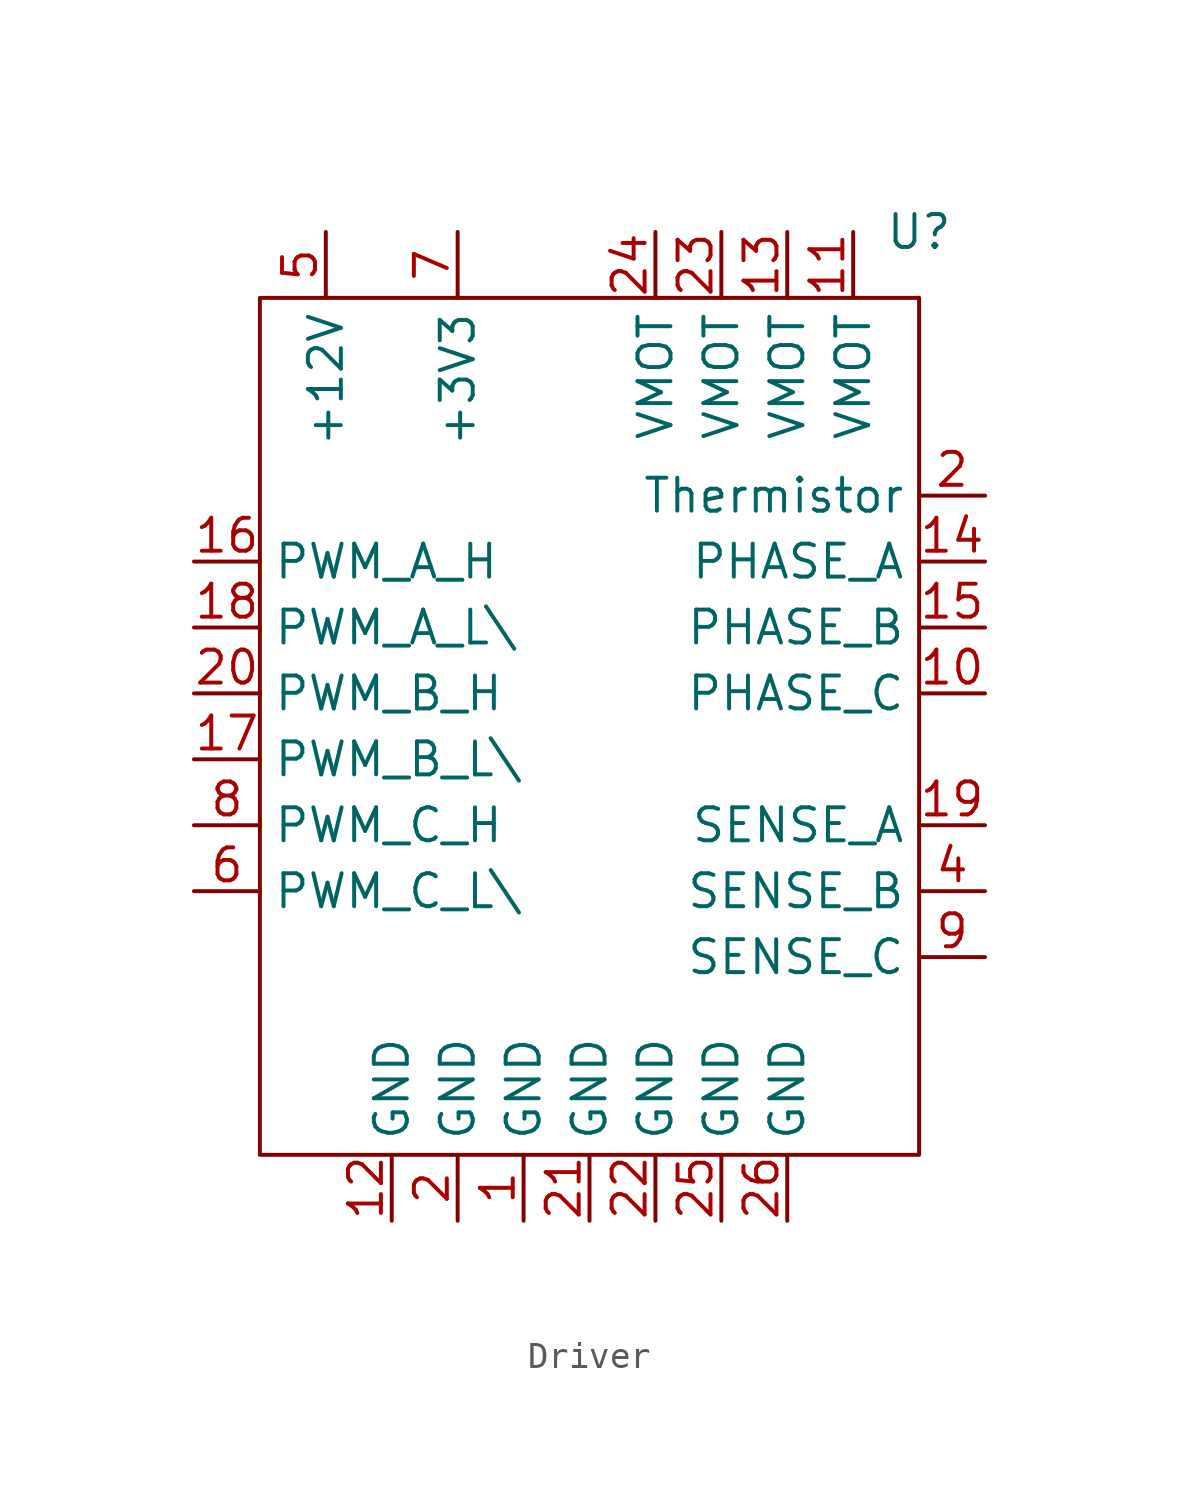
<source format=kicad_sym>
(kicad_symbol_lib
  (version 20220914)
  (generator kicad_symbol_editor)
  (symbol "Driver"
    (property "Reference" "U"
      (at 12.7 17.78 0)
      (effects (font (size 1.27 1.27))))
    (property "Value" ""
      (at 12.7 17.78 0)
      (effects (font (size 1.27 1.27))))
    (symbol "Driver_0_1"
      (rectangle (start -12.7 15.24) (end 12.7 -17.78) (stroke (width 0) (type default)) (fill (type none))))
    (symbol "Driver_1_1"
      (pin power_out line (at -2.54 -20.32 90) (length 2.54) (name "GND" (effects (font (size 1.27 1.27)))) (number "1" (effects (font (size 1.27 1.27)))))
      (pin output line (at 15.24 0 180) (length 2.54) (name "PHASE_C" (effects (font (size 1.27 1.27)))) (number "10" (effects (font (size 1.27 1.27)))))
      (pin power_out line (at 10.16 17.78 270) (length 2.54) (name "VMOT" (effects (font (size 1.27 1.27)))) (number "11" (effects (font (size 1.27 1.27)))))
      (pin power_out line (at -7.62 -20.32 90) (length 2.54) (name "GND" (effects (font (size 1.27 1.27)))) (number "12" (effects (font (size 1.27 1.27)))))
      (pin power_out line (at 7.62 17.78 270) (length 2.54) (name "VMOT" (effects (font (size 1.27 1.27)))) (number "13" (effects (font (size 1.27 1.27)))))
      (pin output line (at 15.24 5.08 180) (length 2.54) (name "PHASE_A" (effects (font (size 1.27 1.27)))) (number "14" (effects (font (size 1.27 1.27)))))
      (pin output line (at 15.24 2.54 180) (length 2.54) (name "PHASE_B" (effects (font (size 1.27 1.27)))) (number "15" (effects (font (size 1.27 1.27)))))
      (pin input line (at -15.24 5.08 0) (length 2.54) (name "PWM_A_H" (effects (font (size 1.27 1.27)))) (number "16" (effects (font (size 1.27 1.27)))))
      (pin input line (at -15.24 -2.54 0) (length 2.54) (name "PWM_B_L\\" (effects (font (size 1.27 1.27)))) (number "17" (effects (font (size 1.27 1.27)))))
      (pin input line (at -15.24 2.54 0) (length 2.54) (name "PWM_A_L\\" (effects (font (size 1.27 1.27)))) (number "18" (effects (font (size 1.27 1.27)))))
      (pin output line (at 15.24 -5.08 180) (length 2.54) (name "SENSE_A" (effects (font (size 1.27 1.27)))) (number "19" (effects (font (size 1.27 1.27)))))
      (pin power_out line (at -5.08 -20.32 90) (length 2.54) (name "GND" (effects (font (size 1.27 1.27)))) (number "2" (effects (font (size 1.27 1.27)))))
      (pin output line (at 15.24 7.62 180) (length 2.54) (name "Thermistor" (effects (font (size 1.27 1.27)))) (number "2" (effects (font (size 1.27 1.27)))))
      (pin input line (at -15.24 0 0) (length 2.54) (name "PWM_B_H" (effects (font (size 1.27 1.27)))) (number "20" (effects (font (size 1.27 1.27)))))
      (pin power_out line (at 0 -20.32 90) (length 2.54) (name "GND" (effects (font (size 1.27 1.27)))) (number "21" (effects (font (size 1.27 1.27)))))
      (pin power_out line (at 2.54 -20.32 90) (length 2.54) (name "GND" (effects (font (size 1.27 1.27)))) (number "22" (effects (font (size 1.27 1.27)))))
      (pin power_out line (at 5.08 17.78 270) (length 2.54) (name "VMOT" (effects (font (size 1.27 1.27)))) (number "23" (effects (font (size 1.27 1.27)))))
      (pin power_out line (at 2.54 17.78 270) (length 2.54) (name "VMOT" (effects (font (size 1.27 1.27)))) (number "24" (effects (font (size 1.27 1.27)))))
      (pin power_out line (at 5.08 -20.32 90) (length 2.54) (name "GND" (effects (font (size 1.27 1.27)))) (number "25" (effects (font (size 1.27 1.27)))))
      (pin power_out line (at 7.62 -20.32 90) (length 2.54) (name "GND" (effects (font (size 1.27 1.27)))) (number "26" (effects (font (size 1.27 1.27)))))
      (pin output line (at 15.24 -7.62 180) (length 2.54) (name "SENSE_B" (effects (font (size 1.27 1.27)))) (number "4" (effects (font (size 1.27 1.27)))))
      (pin power_in line (at -10.16 17.78 270) (length 2.54) (name "+12V" (effects (font (size 1.27 1.27)))) (number "5" (effects (font (size 1.27 1.27)))))
      (pin input line (at -15.24 -7.62 0) (length 2.54) (name "PWM_C_L\\" (effects (font (size 1.27 1.27)))) (number "6" (effects (font (size 1.27 1.27)))))
      (pin power_in line (at -5.08 17.78 270) (length 2.54) (name "+3V3" (effects (font (size 1.27 1.27)))) (number "7" (effects (font (size 1.27 1.27)))))
      (pin input line (at -15.24 -5.08 0) (length 2.54) (name "PWM_C_H" (effects (font (size 1.27 1.27)))) (number "8" (effects (font (size 1.27 1.27)))))
      (pin output line (at 15.24 -10.16 180) (length 2.54) (name "SENSE_C" (effects (font (size 1.27 1.27)))) (number "9" (effects (font (size 1.27 1.27))))))))
</source>
